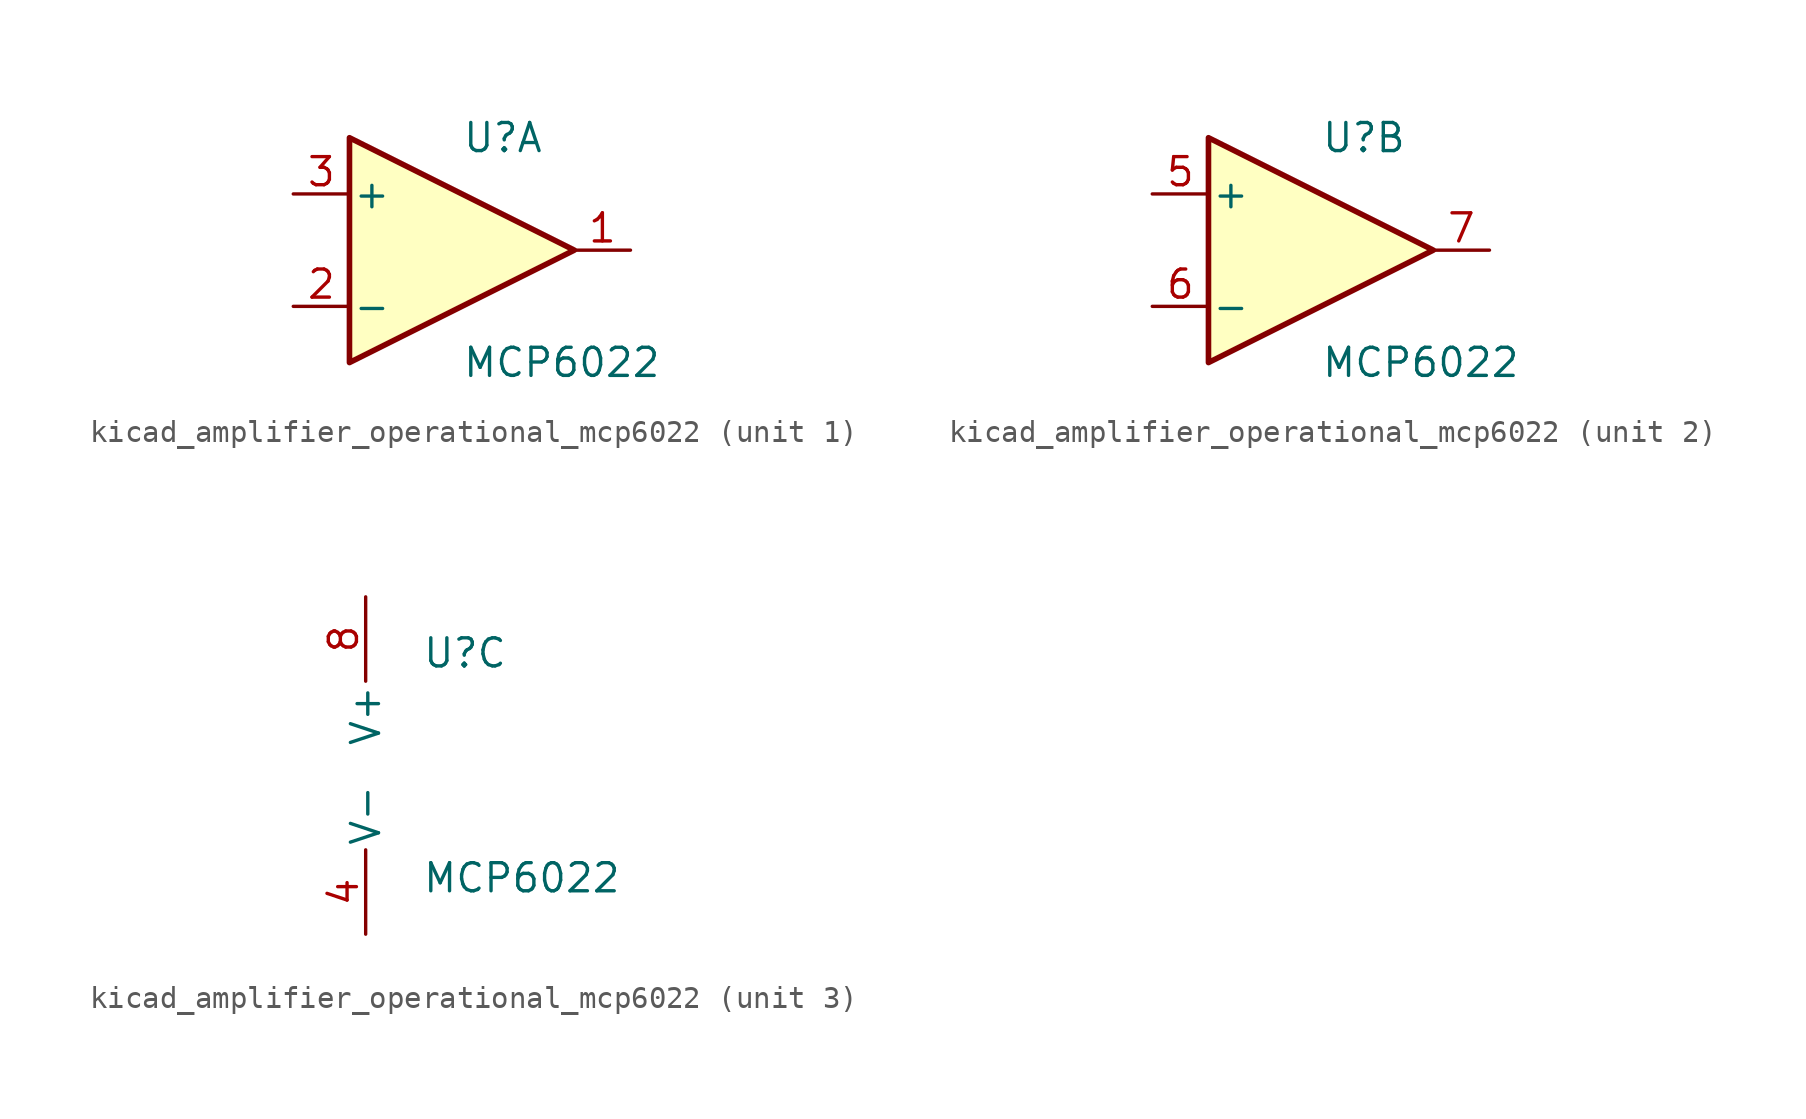
<source format=kicad_sym>
(kicad_symbol_lib
  (version 20220914)
  (generator kicad_symbol_editor)
  (symbol "kicad_amplifier_operational_mcp6022"
    (pin_names
      (offset 0.127))
    (property "Reference" "U"
      (at 0 5.08 0)
      (effects (font (size 1.27 1.27)) (justify left)))
    (property "Value" "MCP6022"
      (at 0 -5.08 0)
      (effects (font (size 1.27 1.27)) (justify left)))
    (property "ki_locked" ""
      (at 0 0 0)
      (effects (font (size 1.27 1.27))))
    (symbol "kicad_amplifier_operational_mcp6022_1_1"
      (polyline (pts (xy -5.08 5.08) (xy 5.08 0) (xy -5.08 -5.08) (xy -5.08 5.08)) (stroke (width 0.254) (type default)) (fill (type background)))
      (pin output line (at 7.62 0 180) (length 2.54) (name "~" (effects (font (size 1.27 1.27)))) (number "1" (effects (font (size 1.27 1.27)))))
      (pin input line (at -7.62 -2.54 0) (length 2.54) (name "-" (effects (font (size 1.27 1.27)))) (number "2" (effects (font (size 1.27 1.27)))))
      (pin input line (at -7.62 2.54 0) (length 2.54) (name "+" (effects (font (size 1.27 1.27)))) (number "3" (effects (font (size 1.27 1.27))))))
    (symbol "kicad_amplifier_operational_mcp6022_2_1"
      (polyline (pts (xy -5.08 5.08) (xy 5.08 0) (xy -5.08 -5.08) (xy -5.08 5.08)) (stroke (width 0.254) (type default)) (fill (type background)))
      (pin input line (at -7.62 2.54 0) (length 2.54) (name "+" (effects (font (size 1.27 1.27)))) (number "5" (effects (font (size 1.27 1.27)))))
      (pin input line (at -7.62 -2.54 0) (length 2.54) (name "-" (effects (font (size 1.27 1.27)))) (number "6" (effects (font (size 1.27 1.27)))))
      (pin output line (at 7.62 0 180) (length 2.54) (name "~" (effects (font (size 1.27 1.27)))) (number "7" (effects (font (size 1.27 1.27))))))
    (symbol "kicad_amplifier_operational_mcp6022_3_1"
      (pin power_in line (at -2.54 -7.62 90) (length 3.81) (name "V-" (effects (font (size 1.27 1.27)))) (number "4" (effects (font (size 1.27 1.27)))))
      (pin power_in line (at -2.54 7.62 270) (length 3.81) (name "V+" (effects (font (size 1.27 1.27)))) (number "8" (effects (font (size 1.27 1.27))))))))
</source>
